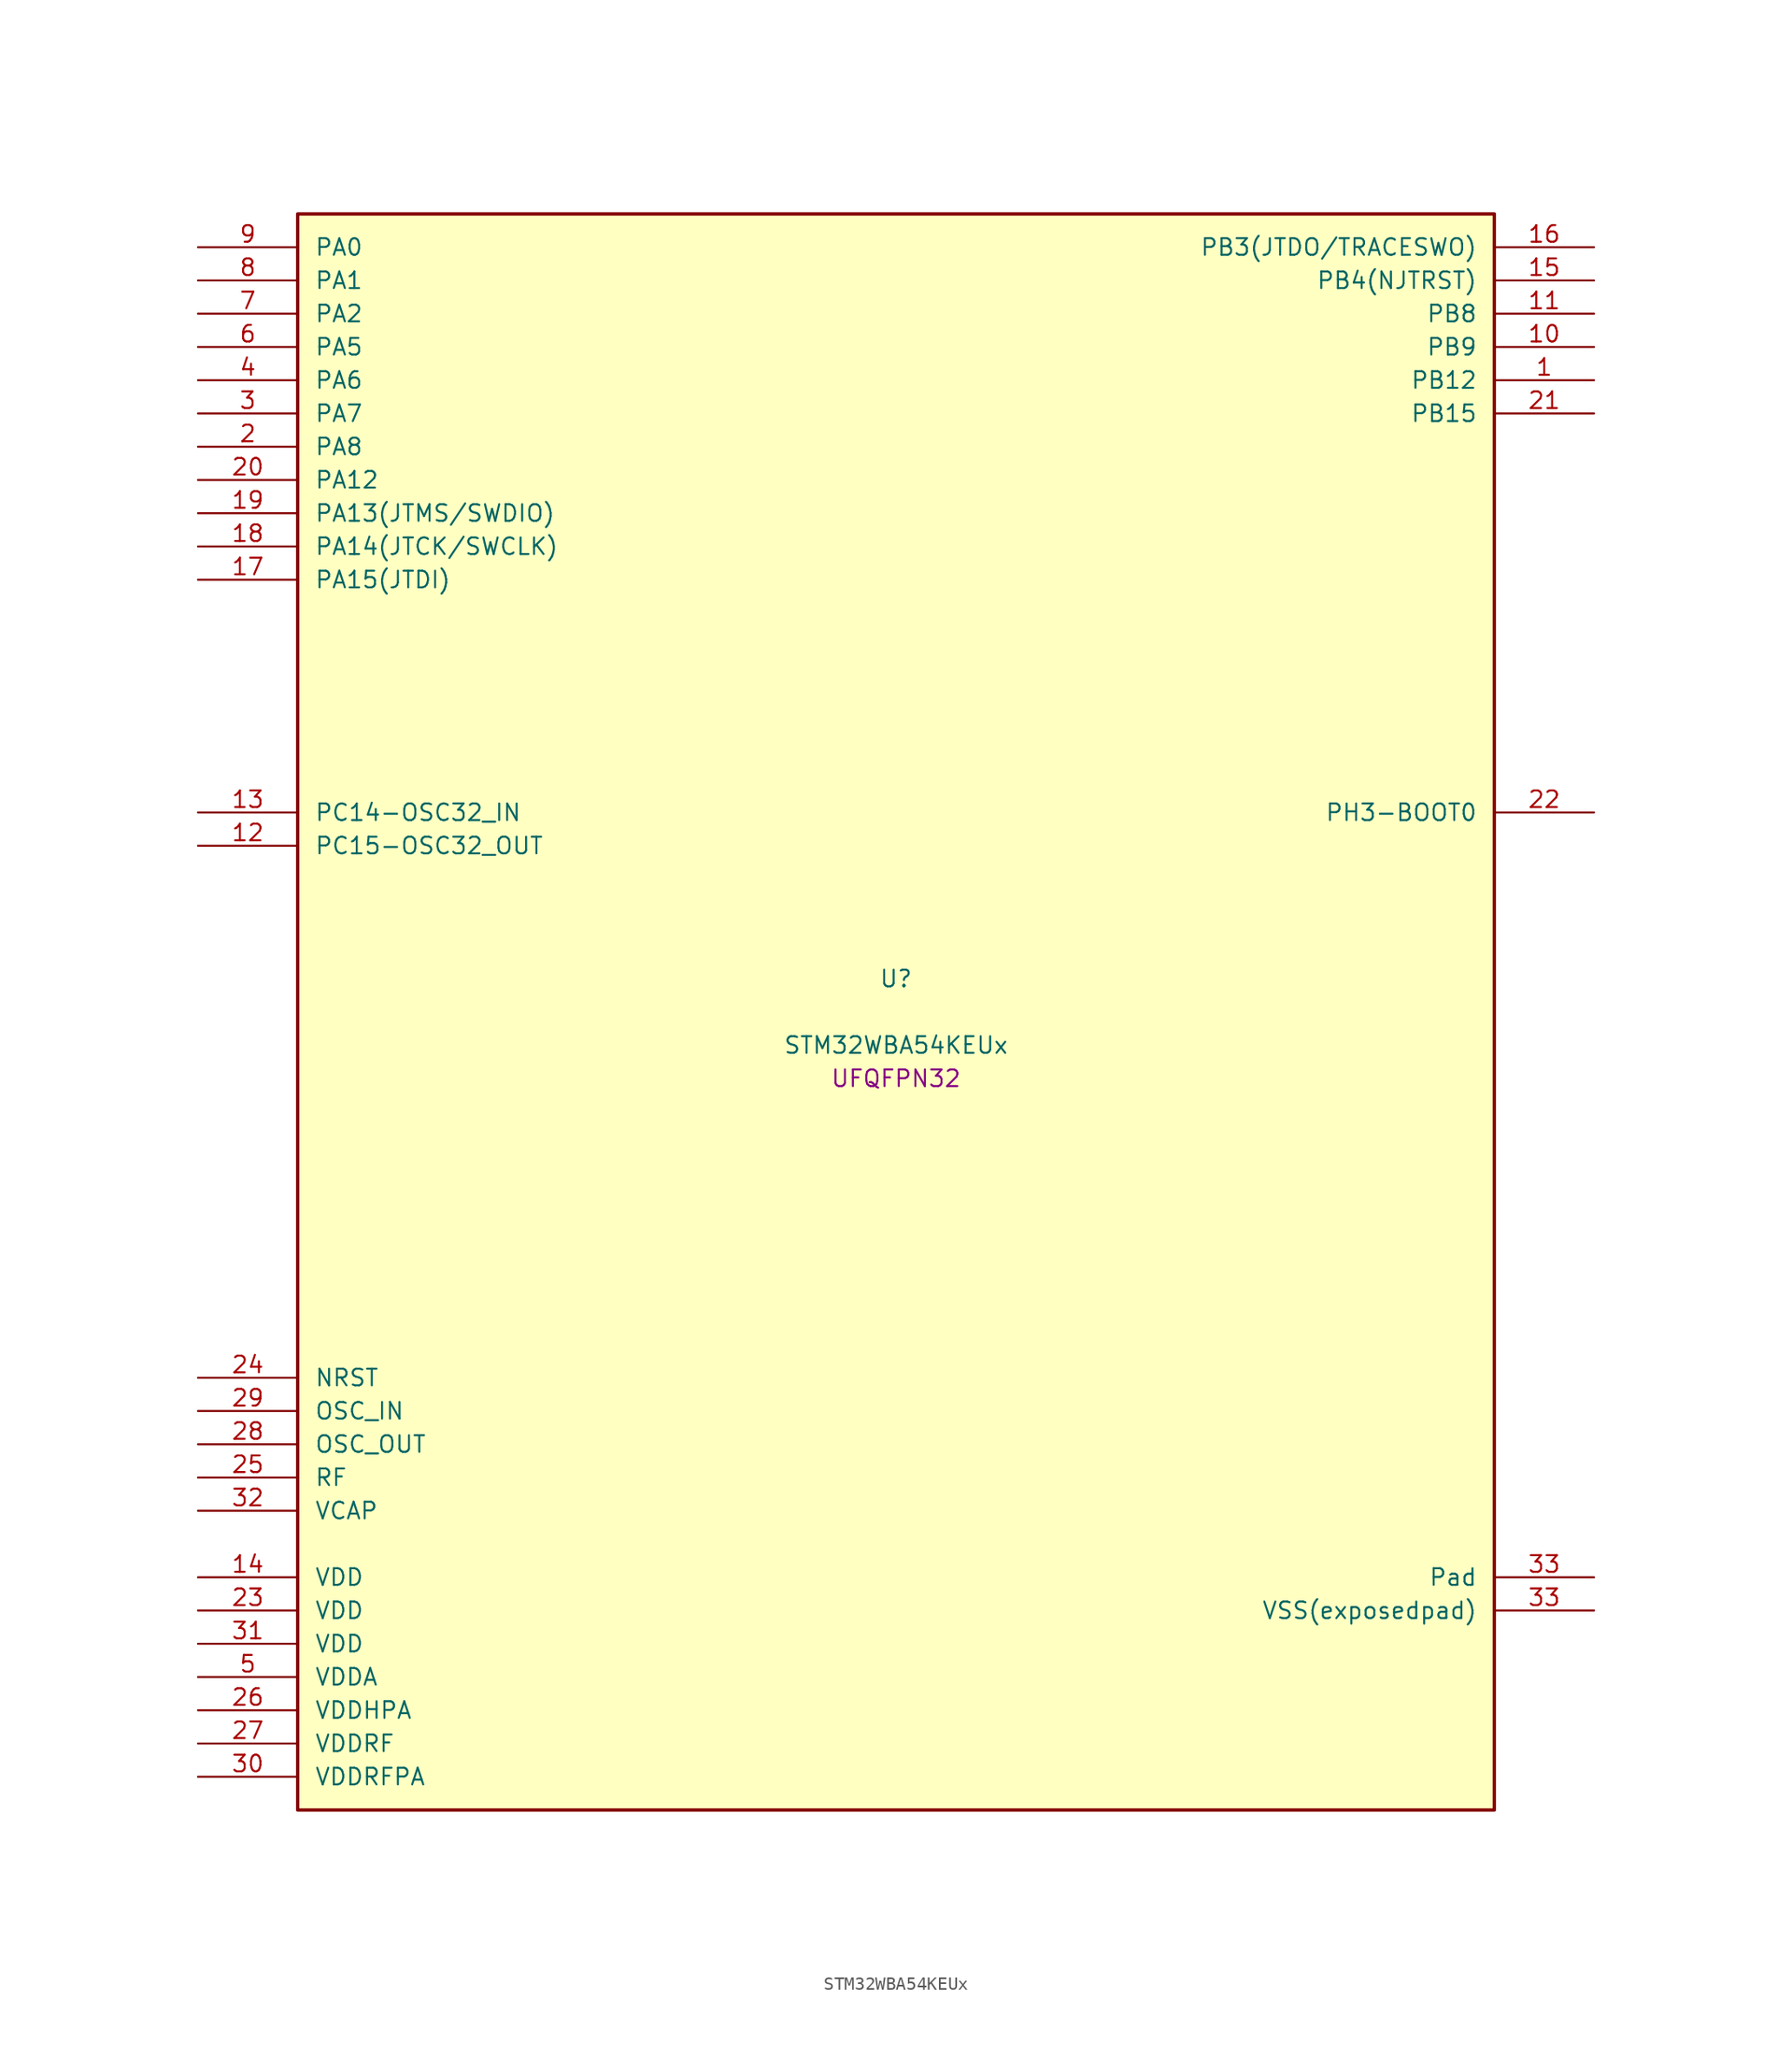
<source format=kicad_sym>
(kicad_symbol_lib
  (version 20241209)
  (generator "stm32_pkl_generator")
  (generator_version "1.0")
  (symbol "STM32WBA54KEUx"
    (pin_names
      (offset 1.27))
    (property "Reference" "U"
      (at 0 2.54 0))
    (property "Value" "STM32WBA54KEUx"
      (at 0 -2.54 0))
    (property "Footprint" "UFQFPN32"
      (at 0 -5.08 0))
    (symbol "STM32WBA54KEUx_1_1"
      (rectangle (start -45.72 60.96) (end 45.72 -60.96) (stroke (width 0.254) (type solid)) (fill (type background)))
      (pin bidirectional line (at -53.34 58.42 0) (length 7.62) (name "PA0") (number "9") (alternate "PA0/ADC4_IN9" bidirectional line) (alternate "PA0/COMP2_INP" bidirectional line) (alternate "PA0/LPTIM1_IN1" bidirectional line) (alternate "PA0/LPUART1_CTS" bidirectional line) (alternate "PA0/PWR_WKUP1" bidirectional line) (alternate "PA0/SPI3_SCK" bidirectional line) (alternate "PA0/TIM1_CH2N" bidirectional line) (alternate "PA0/TIM3_CH3" bidirectional line) (alternate "PA0/TIM3_ETR" bidirectional line) (alternate "PA0/TSC_G2_IO2" bidirectional line))
      (pin bidirectional line (at -53.34 55.88 0) (length 7.62) (name "PA1") (number "8") (alternate "PA1/ADC4_IN8" bidirectional line) (alternate "PA1/COMP1_INM" bidirectional line) (alternate "PA1/LPTIM2_CH2" bidirectional line) (alternate "PA1/LPUART1_RX" bidirectional line) (alternate "PA1/PWR_WKUP3" bidirectional line) (alternate "PA1/SAI1_CK1" bidirectional line) (alternate "PA1/SPI1_RDY" bidirectional line) (alternate "PA1/TIM17_CH1" bidirectional line) (alternate "PA1/TIM1_CH1N" bidirectional line) (alternate "PA1/TIM3_CH2" bidirectional line) (alternate "PA1/TSC_G2_IO1" bidirectional line) (alternate "PA1/USART1_CK" bidirectional line))
      (pin bidirectional line (at -53.34 53.34 0) (length 7.62) (name "PA2") (number "7") (alternate "PA2/ADC4_IN7" bidirectional line) (alternate "PA2/COMP1_INP" bidirectional line) (alternate "PA2/LPUART1_TX" bidirectional line) (alternate "PA2/PWR_WKUP4" bidirectional line) (alternate "PA2/RCC_LSCO" bidirectional line) (alternate "PA2/SAI1_D1" bidirectional line) (alternate "PA2/TIM16_CH1" bidirectional line) (alternate "PA2/TIM1_BKIN" bidirectional line) (alternate "PA2/TIM3_CH1" bidirectional line) (alternate "PA2/TSC_G4_IO4" bidirectional line) (alternate "PA2/USART1_DE" bidirectional line) (alternate "PA2/USART1_RTS" bidirectional line))
      (pin bidirectional line (at -53.34 50.8 0) (length 7.62) (name "PA5") (number "6") (alternate "PA5/ADC4_IN4" bidirectional line) (alternate "PA5/AUDIOCLK" bidirectional line) (alternate "PA5/LPTIM2_ETR" bidirectional line) (alternate "PA5/PWR_CSLEEP" bidirectional line) (alternate "PA5/PWR_WKUP6" bidirectional line) (alternate "PA5/SAI1_D2" bidirectional line) (alternate "PA5/SPI3_NSS" bidirectional line) (alternate "PA5/TIM2_CH1" bidirectional line) (alternate "PA5/TIM2_ETR" bidirectional line) (alternate "PA5/TSC_G1_IO4" bidirectional line) (alternate "PA5/USART1_CK" bidirectional line))
      (pin bidirectional line (at -53.34 48.26 0) (length 7.62) (name "PA6") (number "4") (alternate "PA6/ADC4_IN3" bidirectional line) (alternate "PA6/I2C3_SCL" bidirectional line) (alternate "PA6/PWR_CSTOP" bidirectional line) (alternate "PA6/PWR_WKUP7" bidirectional line) (alternate "PA6/SAI1_CK2" bidirectional line) (alternate "PA6/SAI1_MCLK_A" bidirectional line) (alternate "PA6/SPI3_RDY" bidirectional line) (alternate "PA6/TIM2_CH4" bidirectional line) (alternate "PA6/TSC_G1_IO3" bidirectional line) (alternate "PA6/USART1_DE" bidirectional line) (alternate "PA6/USART1_RTS" bidirectional line))
      (pin bidirectional line (at -53.34 45.72 0) (length 7.62) (name "PA7") (number "3") (alternate "PA7/ADC4_IN2" bidirectional line) (alternate "PA7/COMP1_OUT" bidirectional line) (alternate "PA7/I2C3_SDA" bidirectional line) (alternate "PA7/PWR_WKUP8" bidirectional line) (alternate "PA7/SAI1_SCK_A" bidirectional line) (alternate "PA7/TAMP_IN1" bidirectional line) (alternate "PA7/TAMP_OUT2" bidirectional line) (alternate "PA7/TIM2_CH3" bidirectional line) (alternate "PA7/TSC_G1_IO2" bidirectional line) (alternate "PA7/USART1_CTS" bidirectional line))
      (pin bidirectional line (at -53.34 43.18 0) (length 7.62) (name "PA8") (number "2") (alternate "PA8/ADC4_IN1" bidirectional line) (alternate "PA8/LPTIM1_CH2" bidirectional line) (alternate "PA8/RCC_MCO" bidirectional line) (alternate "PA8/SAI1_FS_A" bidirectional line) (alternate "PA8/SPI3_RDY" bidirectional line) (alternate "PA8/TIM2_CH2" bidirectional line) (alternate "PA8/TSC_G1_IO1" bidirectional line) (alternate "PA8/USART1_RX" bidirectional line))
      (pin bidirectional line (at -53.34 40.64 0) (length 7.62) (name "PA12") (number "20") (alternate "PA12/COMP2_OUT" bidirectional line) (alternate "PA12/PTA_STATUS" bidirectional line) (alternate "PA12/PWR_WKUP6" bidirectional line) (alternate "PA12/RF_ANTSW0" bidirectional line) (alternate "PA12/SPI1_NSS" bidirectional line) (alternate "PA12/TIM1_CH2" bidirectional line) (alternate "PA12/TSC_G3_IO4" bidirectional line) (alternate "PA12/USART2_TX" bidirectional line))
      (pin bidirectional line (at -53.34 38.1 0) (length 7.62) (name "PA13(JTMS/SWDIO)") (number "19") (alternate "PA13(JTMS/SWDIO)/DEBUG_JTMS-SWDIO" bidirectional line) (alternate "PA13(JTMS/SWDIO)/IR_OUT" bidirectional line) (alternate "PA13(JTMS/SWDIO)/PTA_PRIORITY" bidirectional line))
      (pin bidirectional line (at -53.34 35.56 0) (length 7.62) (name "PA14(JTCK/SWCLK)") (number "18") (alternate "PA14(JTCK/SWCLK)/COMP2_OUT" bidirectional line) (alternate "PA14(JTCK/SWCLK)/DEBUG_JTCK-SWCLK" bidirectional line) (alternate "PA14(JTCK/SWCLK)/PTA_STATUS" bidirectional line) (alternate "PA14(JTCK/SWCLK)/TAMP_IN3" bidirectional line) (alternate "PA14(JTCK/SWCLK)/TAMP_OUT6" bidirectional line) (alternate "PA14(JTCK/SWCLK)/USART2_TX" bidirectional line))
      (pin bidirectional line (at -53.34 33.02 0) (length 7.62) (name "PA15(JTDI)") (number "17") (alternate "PA15(JTDI)/ADC4_EXTI15" bidirectional line) (alternate "PA15(JTDI)/DEBUG_JTDI" bidirectional line) (alternate "PA15(JTDI)/I2C1_SCL" bidirectional line) (alternate "PA15(JTDI)/LPTIM1_CH2" bidirectional line) (alternate "PA15(JTDI)/PTA_STATUS" bidirectional line) (alternate "PA15(JTDI)/SPI1_MOSI" bidirectional line) (alternate "PA15(JTDI)/TIM17_BKIN" bidirectional line) (alternate "PA15(JTDI)/TIM1_ETR" bidirectional line) (alternate "PA15(JTDI)/TSC_G3_IO3" bidirectional line) (alternate "PA15(JTDI)/USART2_DE" bidirectional line) (alternate "PA15(JTDI)/USART2_RTS" bidirectional line))
      (pin bidirectional line (at 53.34 58.42 180) (length 7.62) (name "PB3(JTDO/TRACESWO)") (number "16") (alternate "PB3(JTDO/TRACESWO)/DEBUG_JTDO-SWO" bidirectional line) (alternate "PB3(JTDO/TRACESWO)/I2C1_SDA" bidirectional line) (alternate "PB3(JTDO/TRACESWO)/LPTIM1_IN2" bidirectional line) (alternate "PB3(JTDO/TRACESWO)/PTA_ACTIVE" bidirectional line) (alternate "PB3(JTDO/TRACESWO)/SPI1_MISO" bidirectional line) (alternate "PB3(JTDO/TRACESWO)/TIM17_CH1N" bidirectional line) (alternate "PB3(JTDO/TRACESWO)/TIM1_CH4" bidirectional line) (alternate "PB3(JTDO/TRACESWO)/TSC_G3_IO2" bidirectional line) (alternate "PB3(JTDO/TRACESWO)/USART2_CK" bidirectional line))
      (pin bidirectional line (at 53.34 55.88 180) (length 7.62) (name "PB4(NJTRST)") (number "15") (alternate "PB4(NJTRST)/DEBUG_JTRST" bidirectional line) (alternate "PB4(NJTRST)/LPTIM2_IN2" bidirectional line) (alternate "PB4(NJTRST)/PTA_ACTIVE" bidirectional line) (alternate "PB4(NJTRST)/PTA_PRIORITY" bidirectional line) (alternate "PB4(NJTRST)/SAI1_MCLK_B" bidirectional line) (alternate "PB4(NJTRST)/SPI1_SCK" bidirectional line) (alternate "PB4(NJTRST)/TIM17_CH1" bidirectional line) (alternate "PB4(NJTRST)/TIM1_CH3" bidirectional line) (alternate "PB4(NJTRST)/TSC_G3_IO1" bidirectional line) (alternate "PB4(NJTRST)/USART2_RX" bidirectional line))
      (pin bidirectional line (at 53.34 53.34 180) (length 7.62) (name "PB8") (number "11") (alternate "PB8/COMP1_OUT" bidirectional line) (alternate "PB8/LPTIM1_ETR" bidirectional line) (alternate "PB8/PWR_PVD_IN" bidirectional line) (alternate "PB8/SPI3_MOSI" bidirectional line) (alternate "PB8/TIM16_CH1N" bidirectional line) (alternate "PB8/TIM1_CH1" bidirectional line) (alternate "PB8/TIM3_ETR" bidirectional line) (alternate "PB8/TSC_G2_IO4" bidirectional line) (alternate "PB8/USART2_RX" bidirectional line))
      (pin bidirectional line (at 53.34 50.8 180) (length 7.62) (name "PB9") (number "10") (alternate "PB9/ADC4_IN10" bidirectional line) (alternate "PB9/COMP2_INM" bidirectional line) (alternate "PB9/IR_OUT" bidirectional line) (alternate "PB9/LPTIM2_IN1" bidirectional line) (alternate "PB9/LPUART1_DE" bidirectional line) (alternate "PB9/LPUART1_RTS" bidirectional line) (alternate "PB9/PWR_WKUP8" bidirectional line) (alternate "PB9/SPI3_MISO" bidirectional line) (alternate "PB9/TIM16_CH1" bidirectional line) (alternate "PB9/TIM1_CH3N" bidirectional line) (alternate "PB9/TIM3_CH4" bidirectional line) (alternate "PB9/TSC_G2_IO3" bidirectional line))
      (pin bidirectional line (at 53.34 48.26 180) (length 7.62) (name "PB12") (number "1") (alternate "PB12/SAI1_SD_A" bidirectional line) (alternate "PB12/SPI1_RDY" bidirectional line) (alternate "PB12/TIM2_CH1" bidirectional line) (alternate "PB12/TIM2_ETR" bidirectional line) (alternate "PB12/TIM3_ETR" bidirectional line) (alternate "PB12/TSC_SYNC" bidirectional line) (alternate "PB12/USART1_TX" bidirectional line))
      (pin bidirectional line (at 53.34 45.72 180) (length 7.62) (name "PB15") (number "21") (alternate "PB15/ADC4_EXTI15" bidirectional line) (alternate "PB15/I2C1_SMBA" bidirectional line) (alternate "PB15/I2C3_SMBA" bidirectional line) (alternate "PB15/LPUART1_CTS" bidirectional line) (alternate "PB15/PTA_GRANT" bidirectional line) (alternate "PB15/RF_EXTPABYP" bidirectional line) (alternate "PB15/TIM16_BKIN" bidirectional line) (alternate "PB15/TIM1_BKIN2" bidirectional line) (alternate "PB15/USART2_CTS" bidirectional line))
      (pin bidirectional line (at -53.34 15.24 0) (length 7.62) (name "PC14-OSC32_IN") (number "13") (alternate "PC14-OSC32_IN/RCC_OSC32_IN" bidirectional line))
      (pin bidirectional line (at -53.34 12.7 0) (length 7.62) (name "PC15-OSC32_OUT") (number "12") (alternate "PC15-OSC32_OUT/ADC4_EXTI15" bidirectional line) (alternate "PC15-OSC32_OUT/RCC_OSC32_OUT" bidirectional line))
      (pin bidirectional line (at 53.34 15.24 180) (length 7.62) (name "PH3-BOOT0") (number "22") (alternate "PH3-BOOT0/PTA_GRANT" bidirectional line) (alternate "PH3-BOOT0/RF_EXTPABYP" bidirectional line) (alternate "PH3-BOOT0/TAMP_IN2" bidirectional line) (alternate "PH3-BOOT0/TAMP_OUT1" bidirectional line))
      (pin input line (at -53.34 -27.94 0) (length 7.62) (name "NRST") (number "24"))
      (pin bidirectional line (at -53.34 -30.48 0) (length 7.62) (name "OSC_IN") (number "29") (alternate "OSC_IN/RCC_OSC_IN" bidirectional line))
      (pin bidirectional line (at -53.34 -33.02 0) (length 7.62) (name "OSC_OUT") (number "28") (alternate "OSC_OUT/RCC_OSC_OUT" bidirectional line))
      (pin bidirectional line (at -53.34 -35.56 0) (length 7.62) (name "RF") (number "25"))
      (pin power_in line (at -53.34 -38.1 0) (length 7.62) (name "VCAP") (number "32"))
      (pin power_in line (at -53.34 -43.18 0) (length 7.62) (name "VDD") (number "14"))
      (pin power_in line (at -53.34 -45.72 0) (length 7.62) (name "VDD") (number "23"))
      (pin power_in line (at -53.34 -48.26 0) (length 7.62) (name "VDD") (number "31"))
      (pin power_in line (at -53.34 -50.8 0) (length 7.62) (name "VDDA") (number "5"))
      (pin power_in line (at -53.34 -53.34 0) (length 7.62) (name "VDDHPA") (number "26"))
      (pin power_in line (at -53.34 -55.88 0) (length 7.62) (name "VDDRF") (number "27"))
      (pin power_in line (at -53.34 -58.42 0) (length 7.62) (name "VDDRFPA") (number "30"))
      (pin passive line (at 53.34 -43.18 180) (length 7.62) (name "Pad") (number "33"))
      (pin power_in line (at 53.34 -45.72 180) (length 7.62) (name "VSS(exposedpad)") (number "33")))))
</source>
